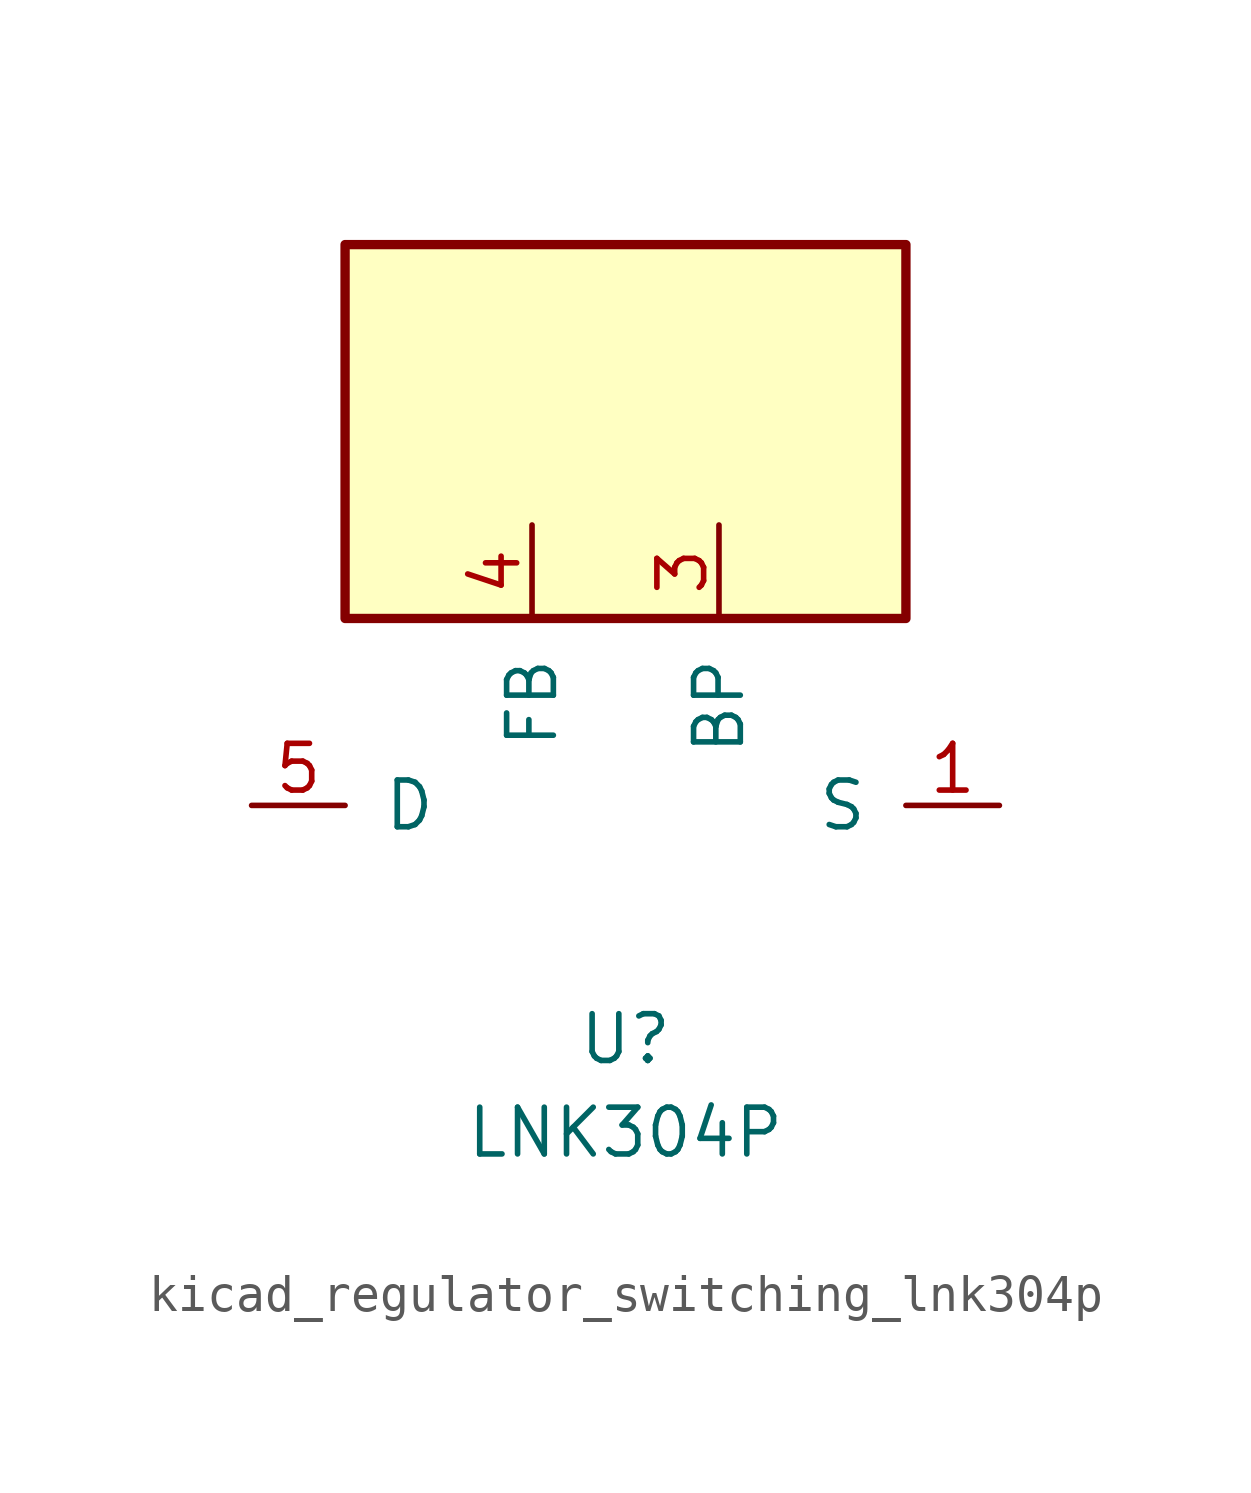
<source format=kicad_sym>
(kicad_symbol_lib
  (version 20220914)
  (generator kicad_symbol_editor)
  (symbol "kicad_regulator_switching_lnk304p"
    (pin_names
      (offset 1.016))
    (property "Reference" "U"
      (at 0 -6.35 0)
      (effects (font (size 1.27 1.27))))
    (property "Value" "LNK304P"
      (at 0 -8.89 0)
      (effects (font (size 1.27 1.27))))
    (symbol "kicad_regulator_switching_lnk304p_0_1"
      (rectangle (start 7.62 15.24) (end -7.62 5.08) (stroke (width 0.254) (type default)) (fill (type background))))
    (symbol "kicad_regulator_switching_lnk304p_1_1"
      (pin power_in line (at 10.16 0 180) (length 2.54) (name "S" (effects (font (size 1.27 1.27)))) (number "1" (effects (font (size 1.27 1.27)))))
      (pin passive line (at 10.16 0 180) (length 2.54) hide (name "S" (effects (font (size 1.27 1.27)))) (number "2" (effects (font (size 1.27 1.27)))))
      (pin input line (at 2.54 7.62 270) (length 2.54) (name "BP" (effects (font (size 1.27 1.27)))) (number "3" (effects (font (size 1.27 1.27)))))
      (pin input line (at -2.54 7.62 270) (length 2.54) (name "FB" (effects (font (size 1.27 1.27)))) (number "4" (effects (font (size 1.27 1.27)))))
      (pin open_collector line (at -10.16 0 0) (length 2.54) (name "D" (effects (font (size 1.27 1.27)))) (number "5" (effects (font (size 1.27 1.27)))))
      (pin passive line (at 10.16 0 180) (length 2.54) hide (name "S" (effects (font (size 1.27 1.27)))) (number "7" (effects (font (size 1.27 1.27)))))
      (pin passive line (at 10.16 0 180) (length 2.54) hide (name "S" (effects (font (size 1.27 1.27)))) (number "8" (effects (font (size 1.27 1.27))))))))
</source>
